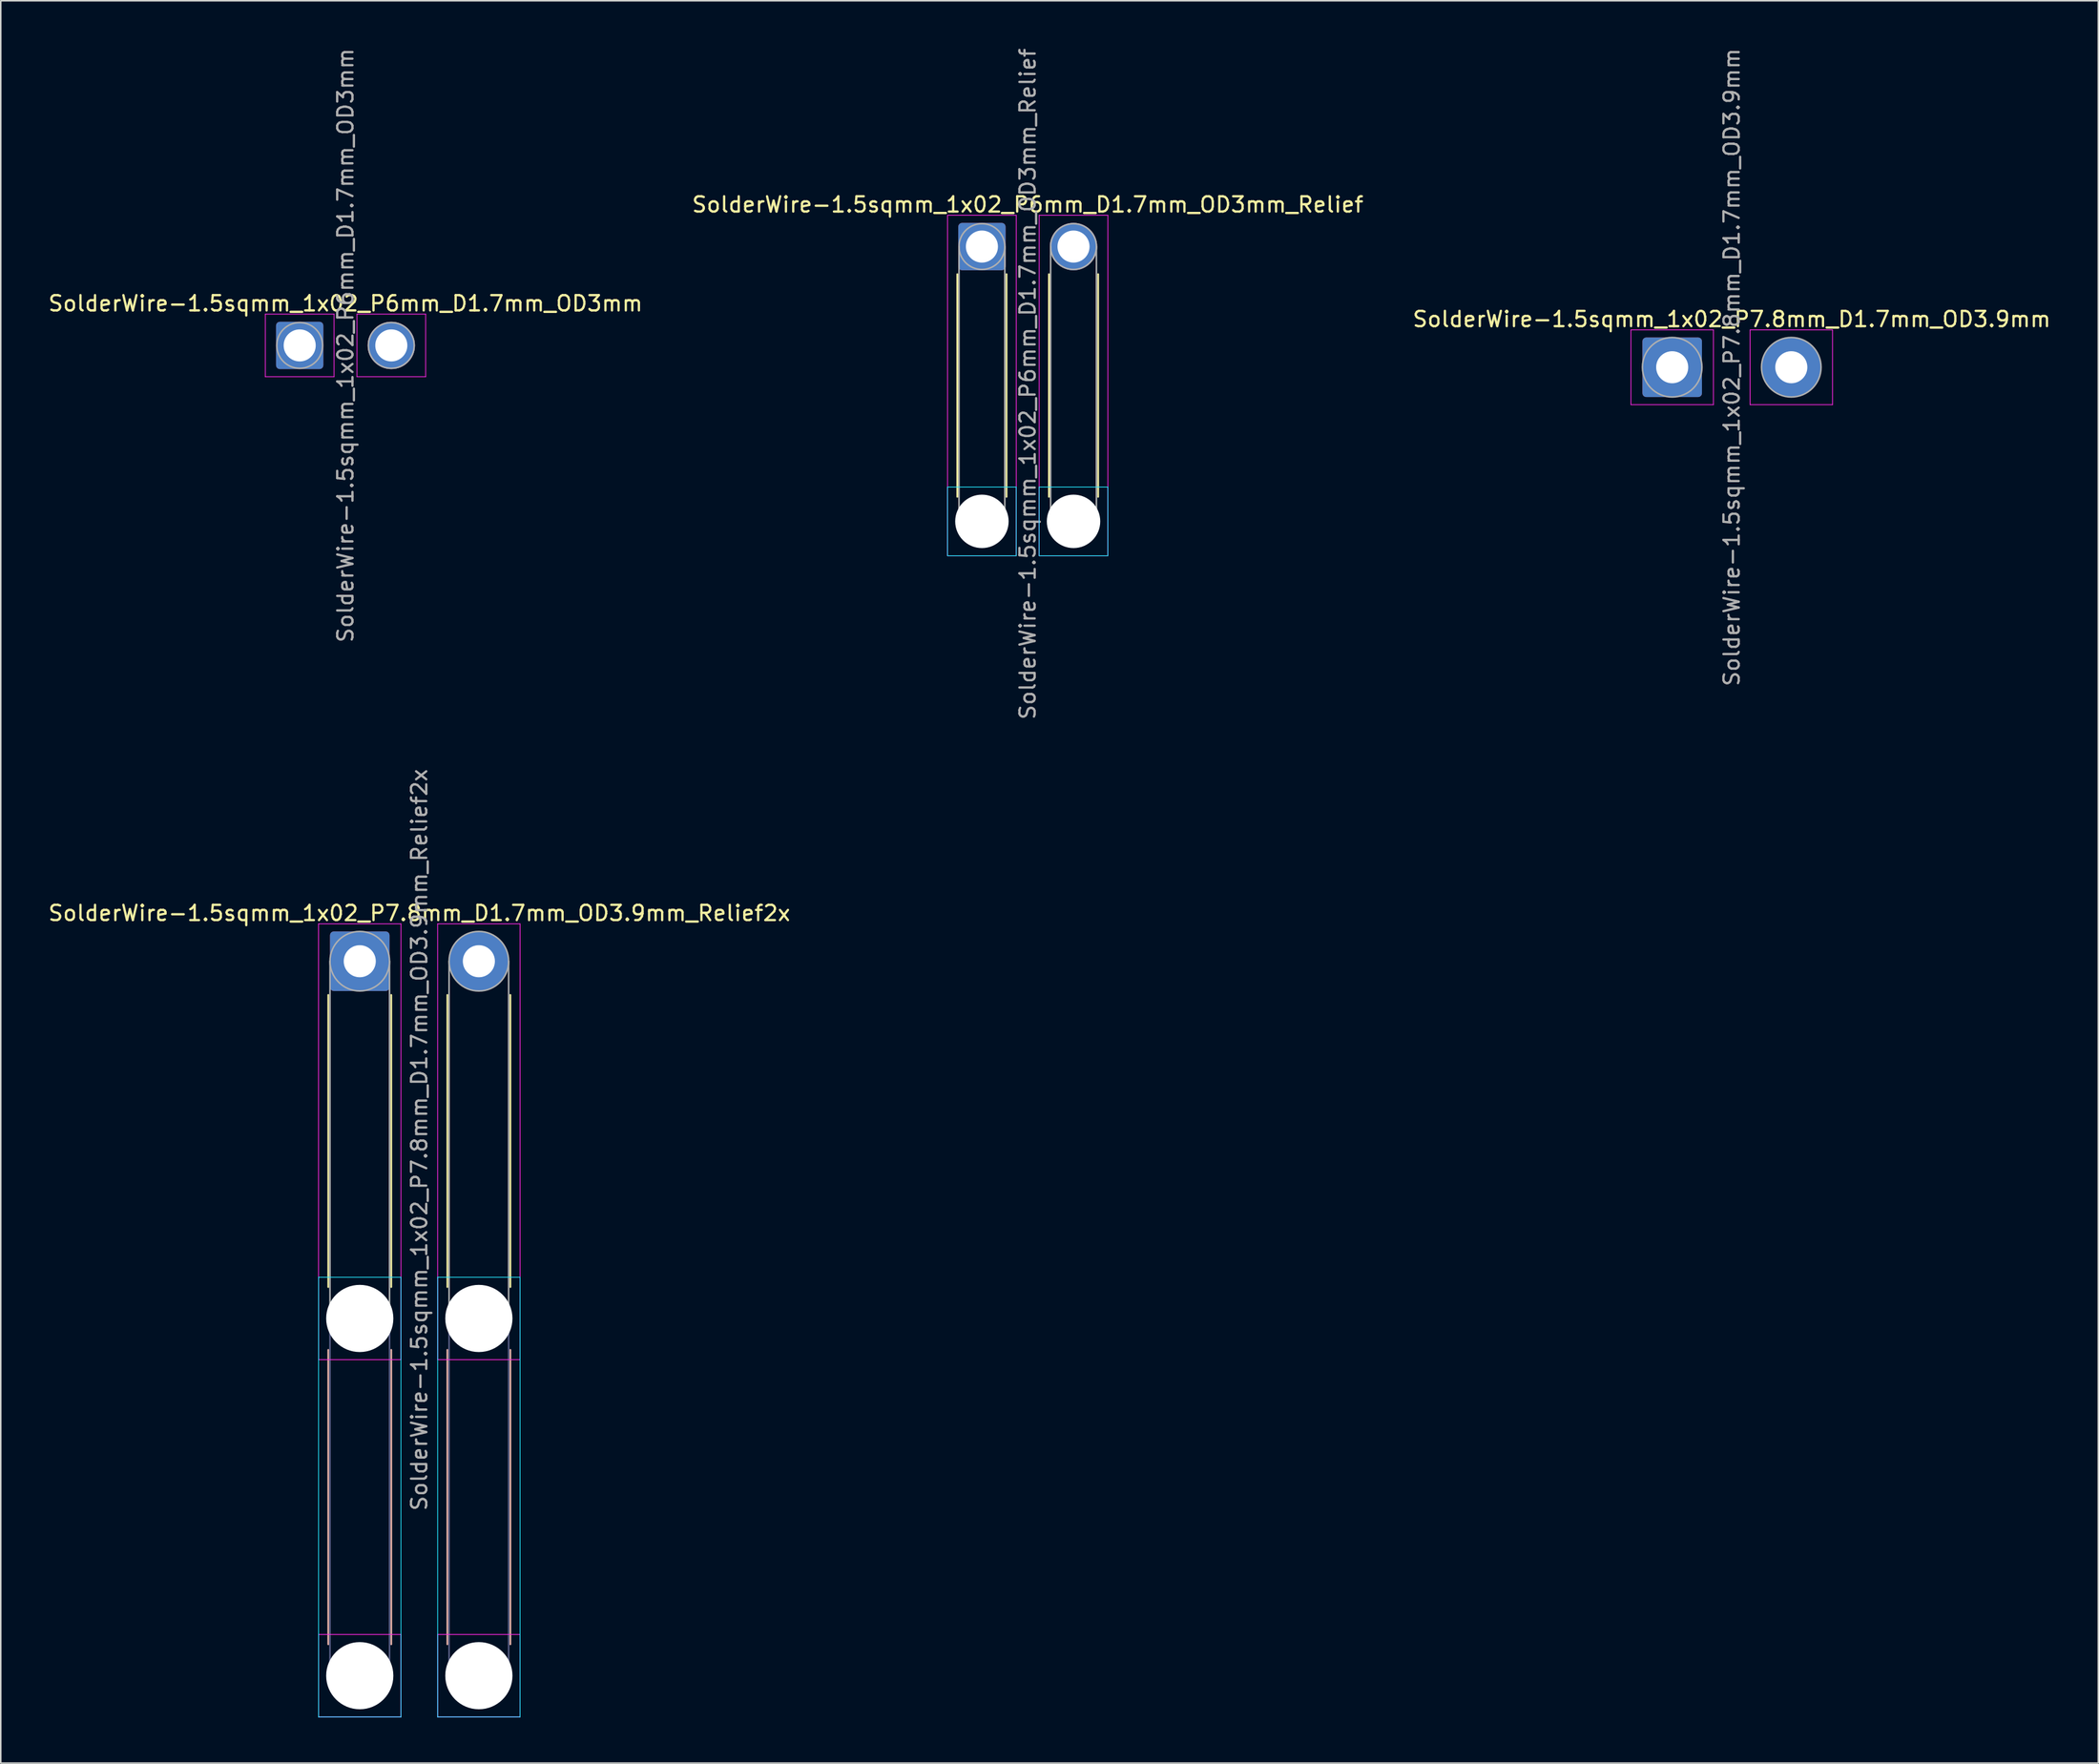
<source format=kicad_pcb>
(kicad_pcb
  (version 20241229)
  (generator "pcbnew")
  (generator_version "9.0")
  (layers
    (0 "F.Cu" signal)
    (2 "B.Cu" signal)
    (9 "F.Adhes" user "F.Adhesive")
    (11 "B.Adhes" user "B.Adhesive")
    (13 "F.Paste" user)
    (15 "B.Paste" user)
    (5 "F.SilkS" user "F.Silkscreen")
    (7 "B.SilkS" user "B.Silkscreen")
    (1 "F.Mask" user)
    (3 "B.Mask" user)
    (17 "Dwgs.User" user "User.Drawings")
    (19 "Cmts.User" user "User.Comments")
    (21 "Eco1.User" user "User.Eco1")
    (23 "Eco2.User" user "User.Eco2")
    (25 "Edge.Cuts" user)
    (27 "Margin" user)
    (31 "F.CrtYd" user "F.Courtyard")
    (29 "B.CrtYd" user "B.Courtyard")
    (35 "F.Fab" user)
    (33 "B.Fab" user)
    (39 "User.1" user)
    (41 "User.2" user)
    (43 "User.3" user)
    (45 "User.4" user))
  (footprint "SolderWire-1.5sqmm_1x02_P6mm_D1.7mm_OD3mm"
    (layer "F.Cu")
    (at 16.577 19.577)
    (property "Reference" "SolderWire-1.5sqmm_1x02_P6mm_D1.7mm_OD3mm" (at 3 -2.75 0) (layer "F.SilkS") (effects (font (size 1 1) (thickness 0.15))))
    (attr exclude_from_pos_files exclude_from_bom)
    (fp_line (start -2.25 -2.05) (end -2.25 2.05) (stroke (width 0.05) (type solid)) (layer "F.CrtYd"))
    (fp_line (start -2.25 2.05) (end 2.25 2.05) (stroke (width 0.05) (type solid)) (layer "F.CrtYd"))
    (fp_line (start 2.25 -2.05) (end -2.25 -2.05) (stroke (width 0.05) (type solid)) (layer "F.CrtYd"))
    (fp_line (start 2.25 2.05) (end 2.25 -2.05) (stroke (width 0.05) (type solid)) (layer "F.CrtYd"))
    (fp_line (start 3.75 -2.05) (end 3.75 2.05) (stroke (width 0.05) (type solid)) (layer "F.CrtYd"))
    (fp_line (start 3.75 2.05) (end 8.25 2.05) (stroke (width 0.05) (type solid)) (layer "F.CrtYd"))
    (fp_line (start 8.25 -2.05) (end 3.75 -2.05) (stroke (width 0.05) (type solid)) (layer "F.CrtYd"))
    (fp_line (start 8.25 2.05) (end 8.25 -2.05) (stroke (width 0.05) (type solid)) (layer "F.CrtYd"))
    (fp_circle (center 0 0) (end 1.5 0) (stroke (width 0.1) (type solid)) (fill no) (layer "F.Fab"))
    (fp_circle (center 6 0) (end 7.5 0) (stroke (width 0.1) (type solid)) (fill no) (layer "F.Fab"))
    (fp_text user "${REFERENCE}" (at 3 0 90) (layer "F.Fab") (effects (font (size 1 1) (thickness 0.15))))
    (pad "1" thru_hole roundrect (at 0 0) (size 3.1 3.1) (drill 2.1) (layers "*.Cu" "*.Mask") (roundrect_rratio 0.081))
    (pad "2" thru_hole circle (at 6 0) (size 3.1 3.1) (drill 2.1) (layers "*.Cu" "*.Mask")))
  (footprint "SolderWire-1.5sqmm_1x02_P6mm_D1.7mm_OD3mm_Relief"
    (layer "F.Cu")
    (at 61.256 13.101)
    (property "Reference" "SolderWire-1.5sqmm_1x02_P6mm_D1.7mm_OD3mm_Relief" (at 3 -2.75 0) (layer "F.SilkS") (effects (font (size 1 1) (thickness 0.15))))
    (attr exclude_from_pos_files exclude_from_bom)
    (fp_line (start -1.61 1.81) (end -1.61 16.39) (stroke (width 0.12) (type solid)) (layer "F.SilkS"))
    (fp_line (start 1.61 1.81) (end 1.61 16.39) (stroke (width 0.12) (type solid)) (layer "F.SilkS"))
    (fp_line (start 4.39 1.81) (end 4.39 16.39) (stroke (width 0.12) (type solid)) (layer "F.SilkS"))
    (fp_line (start 7.61 1.81) (end 7.61 16.39) (stroke (width 0.12) (type solid)) (layer "F.SilkS"))
    (fp_line (start -2.25 15.75) (end -2.25 20.25) (stroke (width 0.05) (type solid)) (layer "B.CrtYd"))
    (fp_line (start -2.25 20.25) (end 2.25 20.25) (stroke (width 0.05) (type solid)) (layer "B.CrtYd"))
    (fp_line (start 2.25 15.75) (end -2.25 15.75) (stroke (width 0.05) (type solid)) (layer "B.CrtYd"))
    (fp_line (start 2.25 20.25) (end 2.25 15.75) (stroke (width 0.05) (type solid)) (layer "B.CrtYd"))
    (fp_line (start 3.75 15.75) (end 3.75 20.25) (stroke (width 0.05) (type solid)) (layer "B.CrtYd"))
    (fp_line (start 3.75 20.25) (end 8.25 20.25) (stroke (width 0.05) (type solid)) (layer "B.CrtYd"))
    (fp_line (start 8.25 15.75) (end 3.75 15.75) (stroke (width 0.05) (type solid)) (layer "B.CrtYd"))
    (fp_line (start 8.25 20.25) (end 8.25 15.75) (stroke (width 0.05) (type solid)) (layer "B.CrtYd"))
    (fp_line (start -2.25 -2.05) (end -2.25 20.25) (stroke (width 0.05) (type solid)) (layer "F.CrtYd"))
    (fp_line (start -2.25 20.25) (end 2.25 20.25) (stroke (width 0.05) (type solid)) (layer "F.CrtYd"))
    (fp_line (start 2.25 -2.05) (end -2.25 -2.05) (stroke (width 0.05) (type solid)) (layer "F.CrtYd"))
    (fp_line (start 2.25 20.25) (end 2.25 -2.05) (stroke (width 0.05) (type solid)) (layer "F.CrtYd"))
    (fp_line (start 3.75 -2.05) (end 3.75 20.25) (stroke (width 0.05) (type solid)) (layer "F.CrtYd"))
    (fp_line (start 3.75 20.25) (end 8.25 20.25) (stroke (width 0.05) (type solid)) (layer "F.CrtYd"))
    (fp_line (start 8.25 -2.05) (end 3.75 -2.05) (stroke (width 0.05) (type solid)) (layer "F.CrtYd"))
    (fp_line (start 8.25 20.25) (end 8.25 -2.05) (stroke (width 0.05) (type solid)) (layer "F.CrtYd"))
    (fp_line (start -1.5 0) (end -1.5 18) (stroke (width 0.1) (type solid)) (layer "F.Fab"))
    (fp_line (start 1.5 0) (end 1.5 18) (stroke (width 0.1) (type solid)) (layer "F.Fab"))
    (fp_line (start 4.5 0) (end 4.5 18) (stroke (width 0.1) (type solid)) (layer "F.Fab"))
    (fp_line (start 7.5 0) (end 7.5 18) (stroke (width 0.1) (type solid)) (layer "F.Fab"))
    (fp_circle (center 0 0) (end 1.5 0) (stroke (width 0.1) (type solid)) (fill no) (layer "F.Fab"))
    (fp_circle (center 0 18) (end 1.5 18) (stroke (width 0.1) (type solid)) (fill no) (layer "F.Fab"))
    (fp_circle (center 6 0) (end 7.5 0) (stroke (width 0.1) (type solid)) (fill no) (layer "F.Fab"))
    (fp_circle (center 6 18) (end 7.5 18) (stroke (width 0.1) (type solid)) (fill no) (layer "F.Fab"))
    (fp_text user "${REFERENCE}" (at 3 9 90) (layer "F.Fab") (effects (font (size 1 1) (thickness 0.15))))
    (pad "" np_thru_hole circle (at 0 18) (size 3.5 3.5) (drill 3.5) (layers "*.Cu" "*.Mask"))
    (pad "" np_thru_hole circle (at 6 18) (size 3.5 3.5) (drill 3.5) (layers "*.Cu" "*.Mask"))
    (pad "1" thru_hole roundrect (at 0 0) (size 3.1 3.1) (drill 2.1) (layers "*.Cu" "*.Mask") (roundrect_rratio 0.081))
    (pad "2" thru_hole circle (at 6 0) (size 3.1 3.1) (drill 2.1) (layers "*.Cu" "*.Mask")))
  (footprint "SolderWire-1.5sqmm_1x02_P7.8mm_D1.7mm_OD3.9mm_Relief2x"
    (layer "F.Cu")
    (at 20.511 59.913)
    (property "Reference" "SolderWire-1.5sqmm_1x02_P7.8mm_D1.7mm_OD3.9mm_Relief2x" (at 3.9 -3.15 0) (layer "F.SilkS") (effects (font (size 1 1) (thickness 0.15))))
    (attr exclude_from_pos_files exclude_from_bom)
    (fp_line (start -2.06 2.21) (end -2.06 21.34) (stroke (width 0.12) (type solid)) (layer "F.SilkS"))
    (fp_line (start 2.06 2.21) (end 2.06 21.34) (stroke (width 0.12) (type solid)) (layer "F.SilkS"))
    (fp_line (start 5.74 2.21) (end 5.74 21.34) (stroke (width 0.12) (type solid)) (layer "F.SilkS"))
    (fp_line (start 9.86 2.21) (end 9.86 21.34) (stroke (width 0.12) (type solid)) (layer "F.SilkS"))
    (fp_line (start -2.06 25.46) (end -2.06 44.74) (stroke (width 0.12) (type solid)) (layer "B.SilkS"))
    (fp_line (start 2.06 25.46) (end 2.06 44.74) (stroke (width 0.12) (type solid)) (layer "B.SilkS"))
    (fp_line (start 5.74 25.46) (end 5.74 44.74) (stroke (width 0.12) (type solid)) (layer "B.SilkS"))
    (fp_line (start 9.86 25.46) (end 9.86 44.74) (stroke (width 0.12) (type solid)) (layer "B.SilkS"))
    (fp_line (start -2.7 20.7) (end -2.7 49.5) (stroke (width 0.05) (type solid)) (layer "B.CrtYd"))
    (fp_line (start -2.7 49.5) (end 2.7 49.5) (stroke (width 0.05) (type solid)) (layer "B.CrtYd"))
    (fp_line (start 2.7 20.7) (end -2.7 20.7) (stroke (width 0.05) (type solid)) (layer "B.CrtYd"))
    (fp_line (start 2.7 49.5) (end 2.7 20.7) (stroke (width 0.05) (type solid)) (layer "B.CrtYd"))
    (fp_line (start 5.1 20.7) (end 5.1 49.5) (stroke (width 0.05) (type solid)) (layer "B.CrtYd"))
    (fp_line (start 5.1 49.5) (end 10.5 49.5) (stroke (width 0.05) (type solid)) (layer "B.CrtYd"))
    (fp_line (start 10.5 20.7) (end 5.1 20.7) (stroke (width 0.05) (type solid)) (layer "B.CrtYd"))
    (fp_line (start 10.5 49.5) (end 10.5 20.7) (stroke (width 0.05) (type solid)) (layer "B.CrtYd"))
    (fp_line (start -2.7 -2.45) (end -2.7 26.1) (stroke (width 0.05) (type solid)) (layer "F.CrtYd"))
    (fp_line (start -2.7 26.1) (end 2.7 26.1) (stroke (width 0.05) (type solid)) (layer "F.CrtYd"))
    (fp_line (start -2.7 44.1) (end -2.7 49.5) (stroke (width 0.05) (type solid)) (layer "F.CrtYd"))
    (fp_line (start -2.7 49.5) (end 2.7 49.5) (stroke (width 0.05) (type solid)) (layer "F.CrtYd"))
    (fp_line (start 2.7 -2.45) (end -2.7 -2.45) (stroke (width 0.05) (type solid)) (layer "F.CrtYd"))
    (fp_line (start 2.7 26.1) (end 2.7 -2.45) (stroke (width 0.05) (type solid)) (layer "F.CrtYd"))
    (fp_line (start 2.7 44.1) (end -2.7 44.1) (stroke (width 0.05) (type solid)) (layer "F.CrtYd"))
    (fp_line (start 2.7 49.5) (end 2.7 44.1) (stroke (width 0.05) (type solid)) (layer "F.CrtYd"))
    (fp_line (start 5.1 -2.45) (end 5.1 26.1) (stroke (width 0.05) (type solid)) (layer "F.CrtYd"))
    (fp_line (start 5.1 26.1) (end 10.5 26.1) (stroke (width 0.05) (type solid)) (layer "F.CrtYd"))
    (fp_line (start 5.1 44.1) (end 5.1 49.5) (stroke (width 0.05) (type solid)) (layer "F.CrtYd"))
    (fp_line (start 5.1 49.5) (end 10.5 49.5) (stroke (width 0.05) (type solid)) (layer "F.CrtYd"))
    (fp_line (start 10.5 -2.45) (end 5.1 -2.45) (stroke (width 0.05) (type solid)) (layer "F.CrtYd"))
    (fp_line (start 10.5 26.1) (end 10.5 -2.45) (stroke (width 0.05) (type solid)) (layer "F.CrtYd"))
    (fp_line (start 10.5 44.1) (end 5.1 44.1) (stroke (width 0.05) (type solid)) (layer "F.CrtYd"))
    (fp_line (start 10.5 49.5) (end 10.5 44.1) (stroke (width 0.05) (type solid)) (layer "F.CrtYd"))
    (fp_line (start -1.95 23.4) (end -1.95 46.8) (stroke (width 0.1) (type solid)) (layer "B.Fab"))
    (fp_line (start 1.95 23.4) (end 1.95 46.8) (stroke (width 0.1) (type solid)) (layer "B.Fab"))
    (fp_line (start 5.85 23.4) (end 5.85 46.8) (stroke (width 0.1) (type solid)) (layer "B.Fab"))
    (fp_line (start 9.75 23.4) (end 9.75 46.8) (stroke (width 0.1) (type solid)) (layer "B.Fab"))
    (fp_circle (center 0 23.4) (end 1.95 23.4) (stroke (width 0.1) (type solid)) (fill no) (layer "B.Fab"))
    (fp_circle (center 0 46.8) (end 1.95 46.8) (stroke (width 0.1) (type solid)) (fill no) (layer "B.Fab"))
    (fp_circle (center 7.8 23.4) (end 9.75 23.4) (stroke (width 0.1) (type solid)) (fill no) (layer "B.Fab"))
    (fp_circle (center 7.8 46.8) (end 9.75 46.8) (stroke (width 0.1) (type solid)) (fill no) (layer "B.Fab"))
    (fp_line (start -1.95 0) (end -1.95 23.4) (stroke (width 0.1) (type solid)) (layer "F.Fab"))
    (fp_line (start 1.95 0) (end 1.95 23.4) (stroke (width 0.1) (type solid)) (layer "F.Fab"))
    (fp_line (start 5.85 0) (end 5.85 23.4) (stroke (width 0.1) (type solid)) (layer "F.Fab"))
    (fp_line (start 9.75 0) (end 9.75 23.4) (stroke (width 0.1) (type solid)) (layer "F.Fab"))
    (fp_circle (center 0 0) (end 1.95 0) (stroke (width 0.1) (type solid)) (fill no) (layer "F.Fab"))
    (fp_circle (center 0 23.4) (end 1.95 23.4) (stroke (width 0.1) (type solid)) (fill no) (layer "F.Fab"))
    (fp_circle (center 0 46.8) (end 1.95 46.8) (stroke (width 0.1) (type solid)) (fill no) (layer "F.Fab"))
    (fp_circle (center 7.8 0) (end 9.75 0) (stroke (width 0.1) (type solid)) (fill no) (layer "F.Fab"))
    (fp_circle (center 7.8 23.4) (end 9.75 23.4) (stroke (width 0.1) (type solid)) (fill no) (layer "F.Fab"))
    (fp_circle (center 7.8 46.8) (end 9.75 46.8) (stroke (width 0.1) (type solid)) (fill no) (layer "F.Fab"))
    (fp_text user "${REFERENCE}" (at 3.9 11.7 90) (layer "F.Fab") (effects (font (size 1 1) (thickness 0.15))))
    (pad "" np_thru_hole circle (at 0 23.4) (size 4.4 4.4) (drill 4.4) (layers "*.Cu" "*.Mask"))
    (pad "" np_thru_hole circle (at 0 46.8) (size 4.4 4.4) (drill 4.4) (layers "*.Cu" "*.Mask"))
    (pad "" np_thru_hole circle (at 7.8 23.4) (size 4.4 4.4) (drill 4.4) (layers "*.Cu" "*.Mask"))
    (pad "" np_thru_hole circle (at 7.8 46.8) (size 4.4 4.4) (drill 4.4) (layers "*.Cu" "*.Mask"))
    (pad "1" thru_hole roundrect (at 0 0) (size 3.9 3.9) (drill 2.1) (layers "*.Cu" "*.Mask") (roundrect_rratio 0.064))
    (pad "2" thru_hole circle (at 7.8 0) (size 3.9 3.9) (drill 2.1) (layers "*.Cu" "*.Mask")))
  (footprint "SolderWire-1.5sqmm_1x02_P7.8mm_D1.7mm_OD3.9mm"
    (layer "F.Cu")
    (at 106.463 21.006)
    (property "Reference" "SolderWire-1.5sqmm_1x02_P7.8mm_D1.7mm_OD3.9mm" (at 3.9 -3.15 0) (layer "F.SilkS") (effects (font (size 1 1) (thickness 0.15))))
    (attr exclude_from_pos_files exclude_from_bom)
    (fp_line (start -2.7 -2.45) (end -2.7 2.45) (stroke (width 0.05) (type solid)) (layer "F.CrtYd"))
    (fp_line (start -2.7 2.45) (end 2.7 2.45) (stroke (width 0.05) (type solid)) (layer "F.CrtYd"))
    (fp_line (start 2.7 -2.45) (end -2.7 -2.45) (stroke (width 0.05) (type solid)) (layer "F.CrtYd"))
    (fp_line (start 2.7 2.45) (end 2.7 -2.45) (stroke (width 0.05) (type solid)) (layer "F.CrtYd"))
    (fp_line (start 5.1 -2.45) (end 5.1 2.45) (stroke (width 0.05) (type solid)) (layer "F.CrtYd"))
    (fp_line (start 5.1 2.45) (end 10.5 2.45) (stroke (width 0.05) (type solid)) (layer "F.CrtYd"))
    (fp_line (start 10.5 -2.45) (end 5.1 -2.45) (stroke (width 0.05) (type solid)) (layer "F.CrtYd"))
    (fp_line (start 10.5 2.45) (end 10.5 -2.45) (stroke (width 0.05) (type solid)) (layer "F.CrtYd"))
    (fp_circle (center 0 0) (end 1.95 0) (stroke (width 0.1) (type solid)) (fill no) (layer "F.Fab"))
    (fp_circle (center 7.8 0) (end 9.75 0) (stroke (width 0.1) (type solid)) (fill no) (layer "F.Fab"))
    (fp_text user "${REFERENCE}" (at 3.9 0 90) (layer "F.Fab") (effects (font (size 1 1) (thickness 0.15))))
    (pad "1" thru_hole roundrect (at 0 0) (size 3.9 3.9) (drill 2.1) (layers "*.Cu" "*.Mask") (roundrect_rratio 0.064))
    (pad "2" thru_hole circle (at 7.8 0) (size 3.9 3.9) (drill 2.1) (layers "*.Cu" "*.Mask")))
  (gr_rect
    (start -3 -3)
    (end 134.369 112.438)
    (stroke (width 0.1) (type default))
    (fill no)
    (layer "Edge.Cuts")))
</source>
